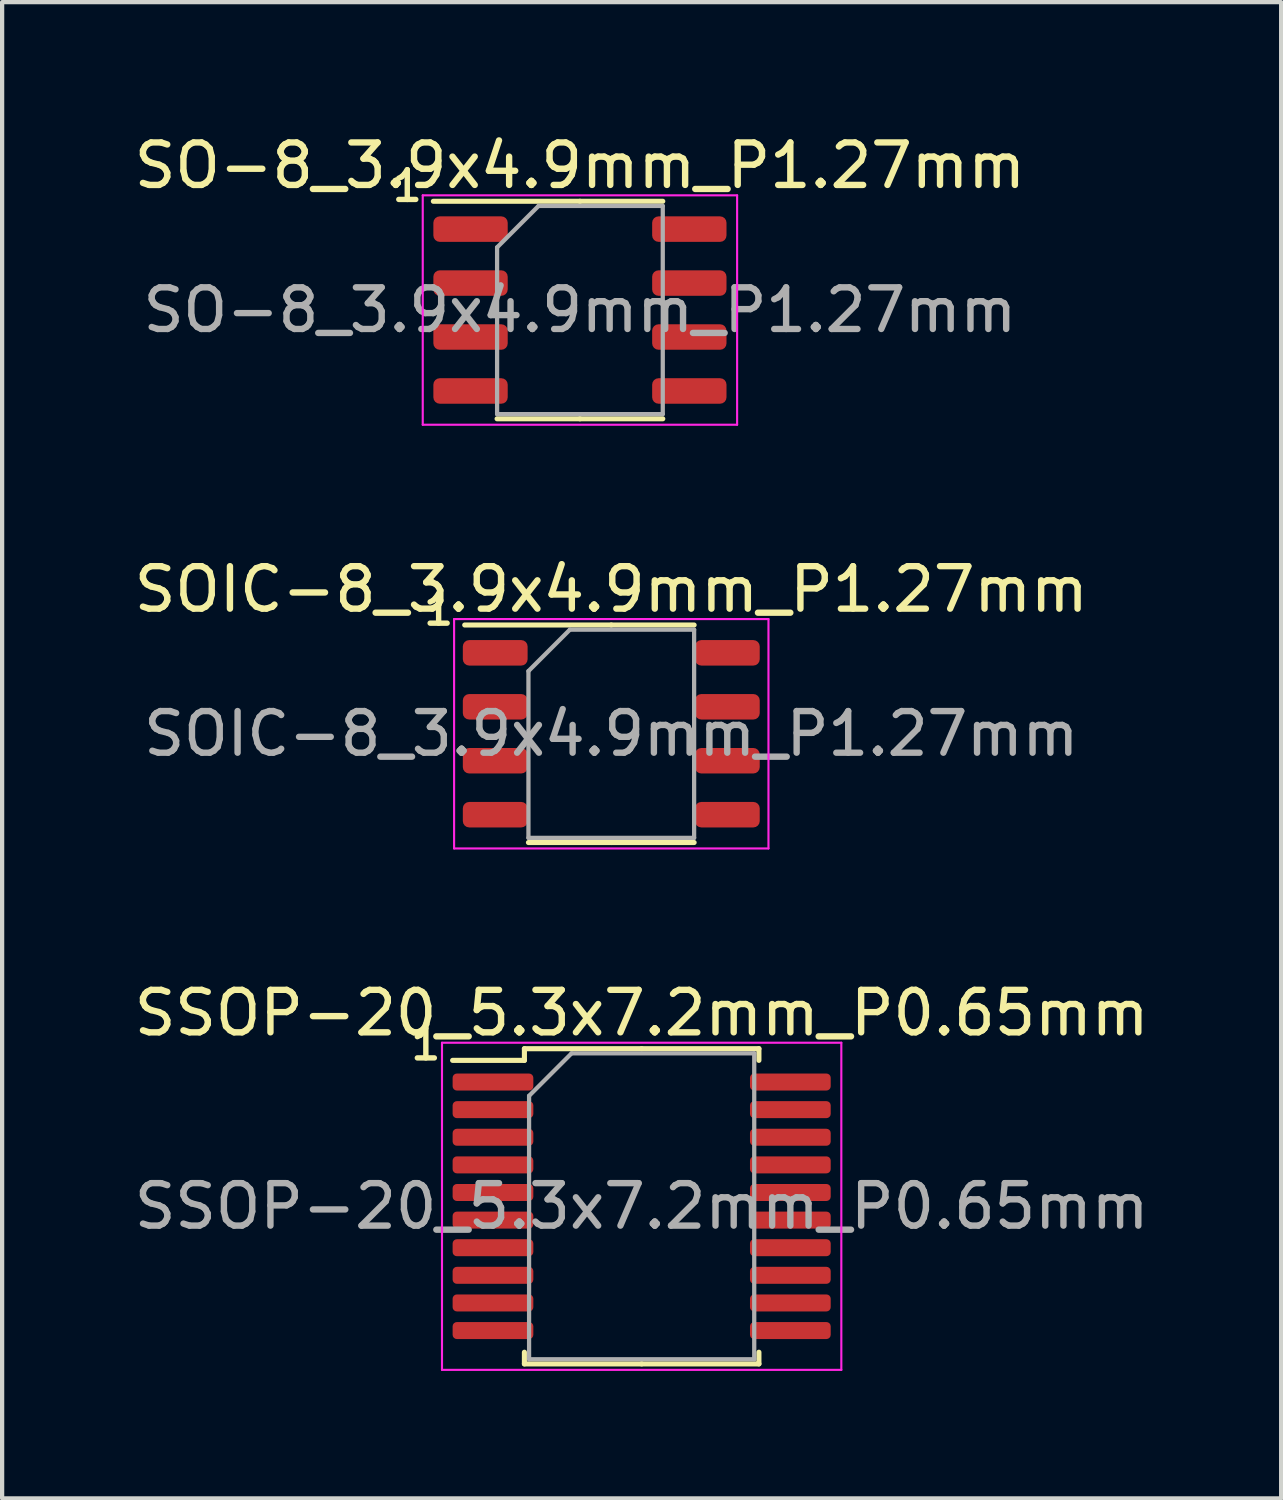
<source format=kicad_pcb>
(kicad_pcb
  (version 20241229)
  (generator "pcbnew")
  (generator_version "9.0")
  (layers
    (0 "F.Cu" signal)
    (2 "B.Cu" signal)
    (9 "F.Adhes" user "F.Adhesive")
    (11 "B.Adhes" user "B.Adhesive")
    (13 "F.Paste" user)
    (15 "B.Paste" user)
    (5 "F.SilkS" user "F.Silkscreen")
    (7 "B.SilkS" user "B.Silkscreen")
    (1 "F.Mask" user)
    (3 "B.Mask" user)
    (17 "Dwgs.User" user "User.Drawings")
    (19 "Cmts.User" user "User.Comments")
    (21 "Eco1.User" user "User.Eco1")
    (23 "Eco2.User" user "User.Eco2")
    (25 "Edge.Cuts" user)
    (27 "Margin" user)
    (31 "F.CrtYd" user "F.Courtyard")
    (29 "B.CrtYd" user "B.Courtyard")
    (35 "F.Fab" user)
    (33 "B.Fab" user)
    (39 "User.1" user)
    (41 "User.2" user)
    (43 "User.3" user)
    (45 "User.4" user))
  (footprint "SO-8_3.9x4.9mm_P1.27mm"
    (layer "F.Cu")
    (at 10.601 4.248)
    (property "Reference" "SO-8_3.9x4.9mm_P1.27mm" (at 0 -3.4 0) (layer "F.SilkS") (effects (font (size 1 1) (thickness 0.15))))
    (attr smd)
    (fp_line (start 0 -2.56) (end -3.45 -2.56) (stroke (width 0.12) (type solid)) (layer "F.SilkS"))
    (fp_line (start 0 -2.56) (end 1.95 -2.56) (stroke (width 0.12) (type solid)) (layer "F.SilkS"))
    (fp_line (start 0 2.56) (end -1.95 2.56) (stroke (width 0.12) (type solid)) (layer "F.SilkS"))
    (fp_line (start 0 2.56) (end 1.95 2.56) (stroke (width 0.12) (type solid)) (layer "F.SilkS"))
    (fp_line (start -3.7 -2.7) (end -3.7 2.7) (stroke (width 0.05) (type solid)) (layer "F.CrtYd"))
    (fp_line (start -3.7 2.7) (end 3.7 2.7) (stroke (width 0.05) (type solid)) (layer "F.CrtYd"))
    (fp_line (start 3.7 -2.7) (end -3.7 -2.7) (stroke (width 0.05) (type solid)) (layer "F.CrtYd"))
    (fp_line (start 3.7 2.7) (end 3.7 -2.7) (stroke (width 0.05) (type solid)) (layer "F.CrtYd"))
    (fp_line (start -1.95 -1.475) (end -0.975 -2.45) (stroke (width 0.1) (type solid)) (layer "F.Fab"))
    (fp_line (start -1.95 2.45) (end -1.95 -1.475) (stroke (width 0.1) (type solid)) (layer "F.Fab"))
    (fp_line (start -0.975 -2.45) (end 1.95 -2.45) (stroke (width 0.1) (type solid)) (layer "F.Fab"))
    (fp_line (start 1.95 -2.45) (end 1.95 2.45) (stroke (width 0.1) (type solid)) (layer "F.Fab"))
    (fp_line (start 1.95 2.45) (end -1.95 2.45) (stroke (width 0.1) (type solid)) (layer "F.Fab"))
    (fp_text user "1" (at -4.064 -2.921 0) (layer "F.SilkS") (effects (font (size 0.7 0.7) (thickness 0.127))))
    (fp_text user "${REFERENCE}" (at 0 0 0) (layer "F.Fab") (effects (font (size 0.98 0.98) (thickness 0.15))))
    (pad "1" smd roundrect (at -2.575 -1.905) (size 1.75 0.6) (layers "F.Cu" "F.Mask" "F.Paste") (roundrect_rratio 0.25))
    (pad "2" smd roundrect (at -2.575 -0.635) (size 1.75 0.6) (layers "F.Cu" "F.Mask" "F.Paste") (roundrect_rratio 0.25))
    (pad "3" smd roundrect (at -2.575 0.635) (size 1.75 0.6) (layers "F.Cu" "F.Mask" "F.Paste") (roundrect_rratio 0.25))
    (pad "4" smd roundrect (at -2.575 1.905) (size 1.75 0.6) (layers "F.Cu" "F.Mask" "F.Paste") (roundrect_rratio 0.25))
    (pad "5" smd roundrect (at 2.575 1.905) (size 1.75 0.6) (layers "F.Cu" "F.Mask" "F.Paste") (roundrect_rratio 0.25))
    (pad "6" smd roundrect (at 2.575 0.635) (size 1.75 0.6) (layers "F.Cu" "F.Mask" "F.Paste") (roundrect_rratio 0.25))
    (pad "7" smd roundrect (at 2.575 -0.635) (size 1.75 0.6) (layers "F.Cu" "F.Mask" "F.Paste") (roundrect_rratio 0.25))
    (pad "8" smd roundrect (at 2.575 -1.905) (size 1.75 0.6) (layers "F.Cu" "F.Mask" "F.Paste") (roundrect_rratio 0.25)))
  (footprint "SOIC-8_3.9x4.9mm_P1.27mm"
    (layer "F.Cu")
    (at 11.339 14.222)
    (property "Reference" "SOIC-8_3.9x4.9mm_P1.27mm" (at 0 -3.4 0) (layer "F.SilkS") (effects (font (size 1 1) (thickness 0.15))))
    (attr smd)
    (fp_line (start 0 -2.56) (end -3.45 -2.56) (stroke (width 0.12) (type solid)) (layer "F.SilkS"))
    (fp_line (start 0 -2.56) (end 1.95 -2.56) (stroke (width 0.12) (type solid)) (layer "F.SilkS"))
    (fp_line (start 0 2.56) (end -1.95 2.56) (stroke (width 0.12) (type solid)) (layer "F.SilkS"))
    (fp_line (start 0 2.56) (end 1.95 2.56) (stroke (width 0.12) (type solid)) (layer "F.SilkS"))
    (fp_line (start -3.7 -2.7) (end -3.7 2.7) (stroke (width 0.05) (type solid)) (layer "F.CrtYd"))
    (fp_line (start -3.7 2.7) (end 3.7 2.7) (stroke (width 0.05) (type solid)) (layer "F.CrtYd"))
    (fp_line (start 3.7 -2.7) (end -3.7 -2.7) (stroke (width 0.05) (type solid)) (layer "F.CrtYd"))
    (fp_line (start 3.7 2.7) (end 3.7 -2.7) (stroke (width 0.05) (type solid)) (layer "F.CrtYd"))
    (fp_line (start -1.95 -1.475) (end -0.975 -2.45) (stroke (width 0.1) (type solid)) (layer "F.Fab"))
    (fp_line (start -1.95 2.45) (end -1.95 -1.475) (stroke (width 0.1) (type solid)) (layer "F.Fab"))
    (fp_line (start -0.975 -2.45) (end 1.95 -2.45) (stroke (width 0.1) (type solid)) (layer "F.Fab"))
    (fp_line (start 1.95 -2.45) (end 1.95 2.45) (stroke (width 0.1) (type solid)) (layer "F.Fab"))
    (fp_line (start 1.95 2.45) (end -1.95 2.45) (stroke (width 0.1) (type solid)) (layer "F.Fab"))
    (fp_text user "1" (at -4.064 -2.921 0) (layer "F.SilkS") (effects (font (size 0.7 0.7) (thickness 0.127))))
    (fp_text user "${REFERENCE}" (at 0 0 0) (layer "F.Fab") (effects (font (size 0.98 0.98) (thickness 0.15))))
    (pad "1" smd roundrect (at -2.732 -1.905) (size 1.525 0.6) (layers "F.Cu" "F.Mask" "F.Paste") (roundrect_rratio 0.25))
    (pad "2" smd roundrect (at -2.732 -0.635) (size 1.525 0.6) (layers "F.Cu" "F.Mask" "F.Paste") (roundrect_rratio 0.25))
    (pad "3" smd roundrect (at -2.732 0.635) (size 1.525 0.6) (layers "F.Cu" "F.Mask" "F.Paste") (roundrect_rratio 0.25))
    (pad "4" smd roundrect (at -2.732 1.905) (size 1.525 0.6) (layers "F.Cu" "F.Mask" "F.Paste") (roundrect_rratio 0.25))
    (pad "5" smd roundrect (at 2.732 1.905) (size 1.525 0.6) (layers "F.Cu" "F.Mask" "F.Paste") (roundrect_rratio 0.25))
    (pad "6" smd roundrect (at 2.732 0.635) (size 1.525 0.6) (layers "F.Cu" "F.Mask" "F.Paste") (roundrect_rratio 0.25))
    (pad "7" smd roundrect (at 2.732 -0.635) (size 1.525 0.6) (layers "F.Cu" "F.Mask" "F.Paste") (roundrect_rratio 0.25))
    (pad "8" smd roundrect (at 2.732 -1.905) (size 1.525 0.6) (layers "F.Cu" "F.Mask" "F.Paste") (roundrect_rratio 0.25)))
  (footprint "SSOP-20_5.3x7.2mm_P0.65mm"
    (layer "F.Cu")
    (at 12.054 25.345)
    (property "Reference" "SSOP-20_5.3x7.2mm_P0.65mm" (at 0 -4.55 0) (layer "F.SilkS") (effects (font (size 1 1) (thickness 0.15))))
    (attr smd)
    (fp_line (start -2.76 -3.71) (end -2.76 -3.435) (stroke (width 0.12) (type solid)) (layer "F.SilkS"))
    (fp_line (start -2.76 -3.435) (end -4.45 -3.435) (stroke (width 0.12) (type solid)) (layer "F.SilkS"))
    (fp_line (start -2.76 3.71) (end -2.76 3.435) (stroke (width 0.12) (type solid)) (layer "F.SilkS"))
    (fp_line (start 0 -3.71) (end -2.76 -3.71) (stroke (width 0.12) (type solid)) (layer "F.SilkS"))
    (fp_line (start 0 -3.71) (end 2.76 -3.71) (stroke (width 0.12) (type solid)) (layer "F.SilkS"))
    (fp_line (start 0 3.71) (end -2.76 3.71) (stroke (width 0.12) (type solid)) (layer "F.SilkS"))
    (fp_line (start 0 3.71) (end 2.76 3.71) (stroke (width 0.12) (type solid)) (layer "F.SilkS"))
    (fp_line (start 2.76 -3.71) (end 2.76 -3.435) (stroke (width 0.12) (type solid)) (layer "F.SilkS"))
    (fp_line (start 2.76 3.71) (end 2.76 3.435) (stroke (width 0.12) (type solid)) (layer "F.SilkS"))
    (fp_line (start -4.7 -3.85) (end -4.7 3.85) (stroke (width 0.05) (type solid)) (layer "F.CrtYd"))
    (fp_line (start -4.7 3.85) (end 4.7 3.85) (stroke (width 0.05) (type solid)) (layer "F.CrtYd"))
    (fp_line (start 4.7 -3.85) (end -4.7 -3.85) (stroke (width 0.05) (type solid)) (layer "F.CrtYd"))
    (fp_line (start 4.7 3.85) (end 4.7 -3.85) (stroke (width 0.05) (type solid)) (layer "F.CrtYd"))
    (fp_line (start -2.65 -2.6) (end -1.65 -3.6) (stroke (width 0.1) (type solid)) (layer "F.Fab"))
    (fp_line (start -2.65 3.6) (end -2.65 -2.6) (stroke (width 0.1) (type solid)) (layer "F.Fab"))
    (fp_line (start -1.65 -3.6) (end 2.65 -3.6) (stroke (width 0.1) (type solid)) (layer "F.Fab"))
    (fp_line (start 2.65 -3.6) (end 2.65 3.6) (stroke (width 0.1) (type solid)) (layer "F.Fab"))
    (fp_line (start 2.65 3.6) (end -2.65 3.6) (stroke (width 0.1) (type solid)) (layer "F.Fab"))
    (fp_text user "1" (at -5.08 -3.81 0) (layer "F.SilkS") (effects (font (size 0.7 0.7) (thickness 0.127))))
    (fp_text user "${REFERENCE}" (at 0 0 0) (layer "F.Fab") (effects (font (size 1 1) (thickness 0.15))))
    (pad "1" smd roundrect (at -3.5 -2.925) (size 1.9 0.4) (layers "F.Cu" "F.Mask" "F.Paste") (roundrect_rratio 0.25))
    (pad "2" smd roundrect (at -3.5 -2.275) (size 1.9 0.4) (layers "F.Cu" "F.Mask" "F.Paste") (roundrect_rratio 0.25))
    (pad "3" smd roundrect (at -3.5 -1.625) (size 1.9 0.4) (layers "F.Cu" "F.Mask" "F.Paste") (roundrect_rratio 0.25))
    (pad "4" smd roundrect (at -3.5 -0.975) (size 1.9 0.4) (layers "F.Cu" "F.Mask" "F.Paste") (roundrect_rratio 0.25))
    (pad "5" smd roundrect (at -3.5 -0.325) (size 1.9 0.4) (layers "F.Cu" "F.Mask" "F.Paste") (roundrect_rratio 0.25))
    (pad "6" smd roundrect (at -3.5 0.325) (size 1.9 0.4) (layers "F.Cu" "F.Mask" "F.Paste") (roundrect_rratio 0.25))
    (pad "7" smd roundrect (at -3.5 0.975) (size 1.9 0.4) (layers "F.Cu" "F.Mask" "F.Paste") (roundrect_rratio 0.25))
    (pad "8" smd roundrect (at -3.5 1.625) (size 1.9 0.4) (layers "F.Cu" "F.Mask" "F.Paste") (roundrect_rratio 0.25))
    (pad "9" smd roundrect (at -3.5 2.275) (size 1.9 0.4) (layers "F.Cu" "F.Mask" "F.Paste") (roundrect_rratio 0.25))
    (pad "10" smd roundrect (at -3.5 2.925) (size 1.9 0.4) (layers "F.Cu" "F.Mask" "F.Paste") (roundrect_rratio 0.25))
    (pad "11" smd roundrect (at 3.5 2.925) (size 1.9 0.4) (layers "F.Cu" "F.Mask" "F.Paste") (roundrect_rratio 0.25))
    (pad "12" smd roundrect (at 3.5 2.275) (size 1.9 0.4) (layers "F.Cu" "F.Mask" "F.Paste") (roundrect_rratio 0.25))
    (pad "13" smd roundrect (at 3.5 1.625) (size 1.9 0.4) (layers "F.Cu" "F.Mask" "F.Paste") (roundrect_rratio 0.25))
    (pad "14" smd roundrect (at 3.5 0.975) (size 1.9 0.4) (layers "F.Cu" "F.Mask" "F.Paste") (roundrect_rratio 0.25))
    (pad "15" smd roundrect (at 3.5 0.325) (size 1.9 0.4) (layers "F.Cu" "F.Mask" "F.Paste") (roundrect_rratio 0.25))
    (pad "16" smd roundrect (at 3.5 -0.325) (size 1.9 0.4) (layers "F.Cu" "F.Mask" "F.Paste") (roundrect_rratio 0.25))
    (pad "17" smd roundrect (at 3.5 -0.975) (size 1.9 0.4) (layers "F.Cu" "F.Mask" "F.Paste") (roundrect_rratio 0.25))
    (pad "18" smd roundrect (at 3.5 -1.625) (size 1.9 0.4) (layers "F.Cu" "F.Mask" "F.Paste") (roundrect_rratio 0.25))
    (pad "19" smd roundrect (at 3.5 -2.275) (size 1.9 0.4) (layers "F.Cu" "F.Mask" "F.Paste") (roundrect_rratio 0.25))
    (pad "20" smd roundrect (at 3.5 -2.925) (size 1.9 0.4) (layers "F.Cu" "F.Mask" "F.Paste") (roundrect_rratio 0.25)))
  (gr_rect
    (start -3 -3)
    (end 27.107 32.22)
    (stroke (width 0.1) (type default))
    (fill no)
    (layer "Edge.Cuts")))
</source>
